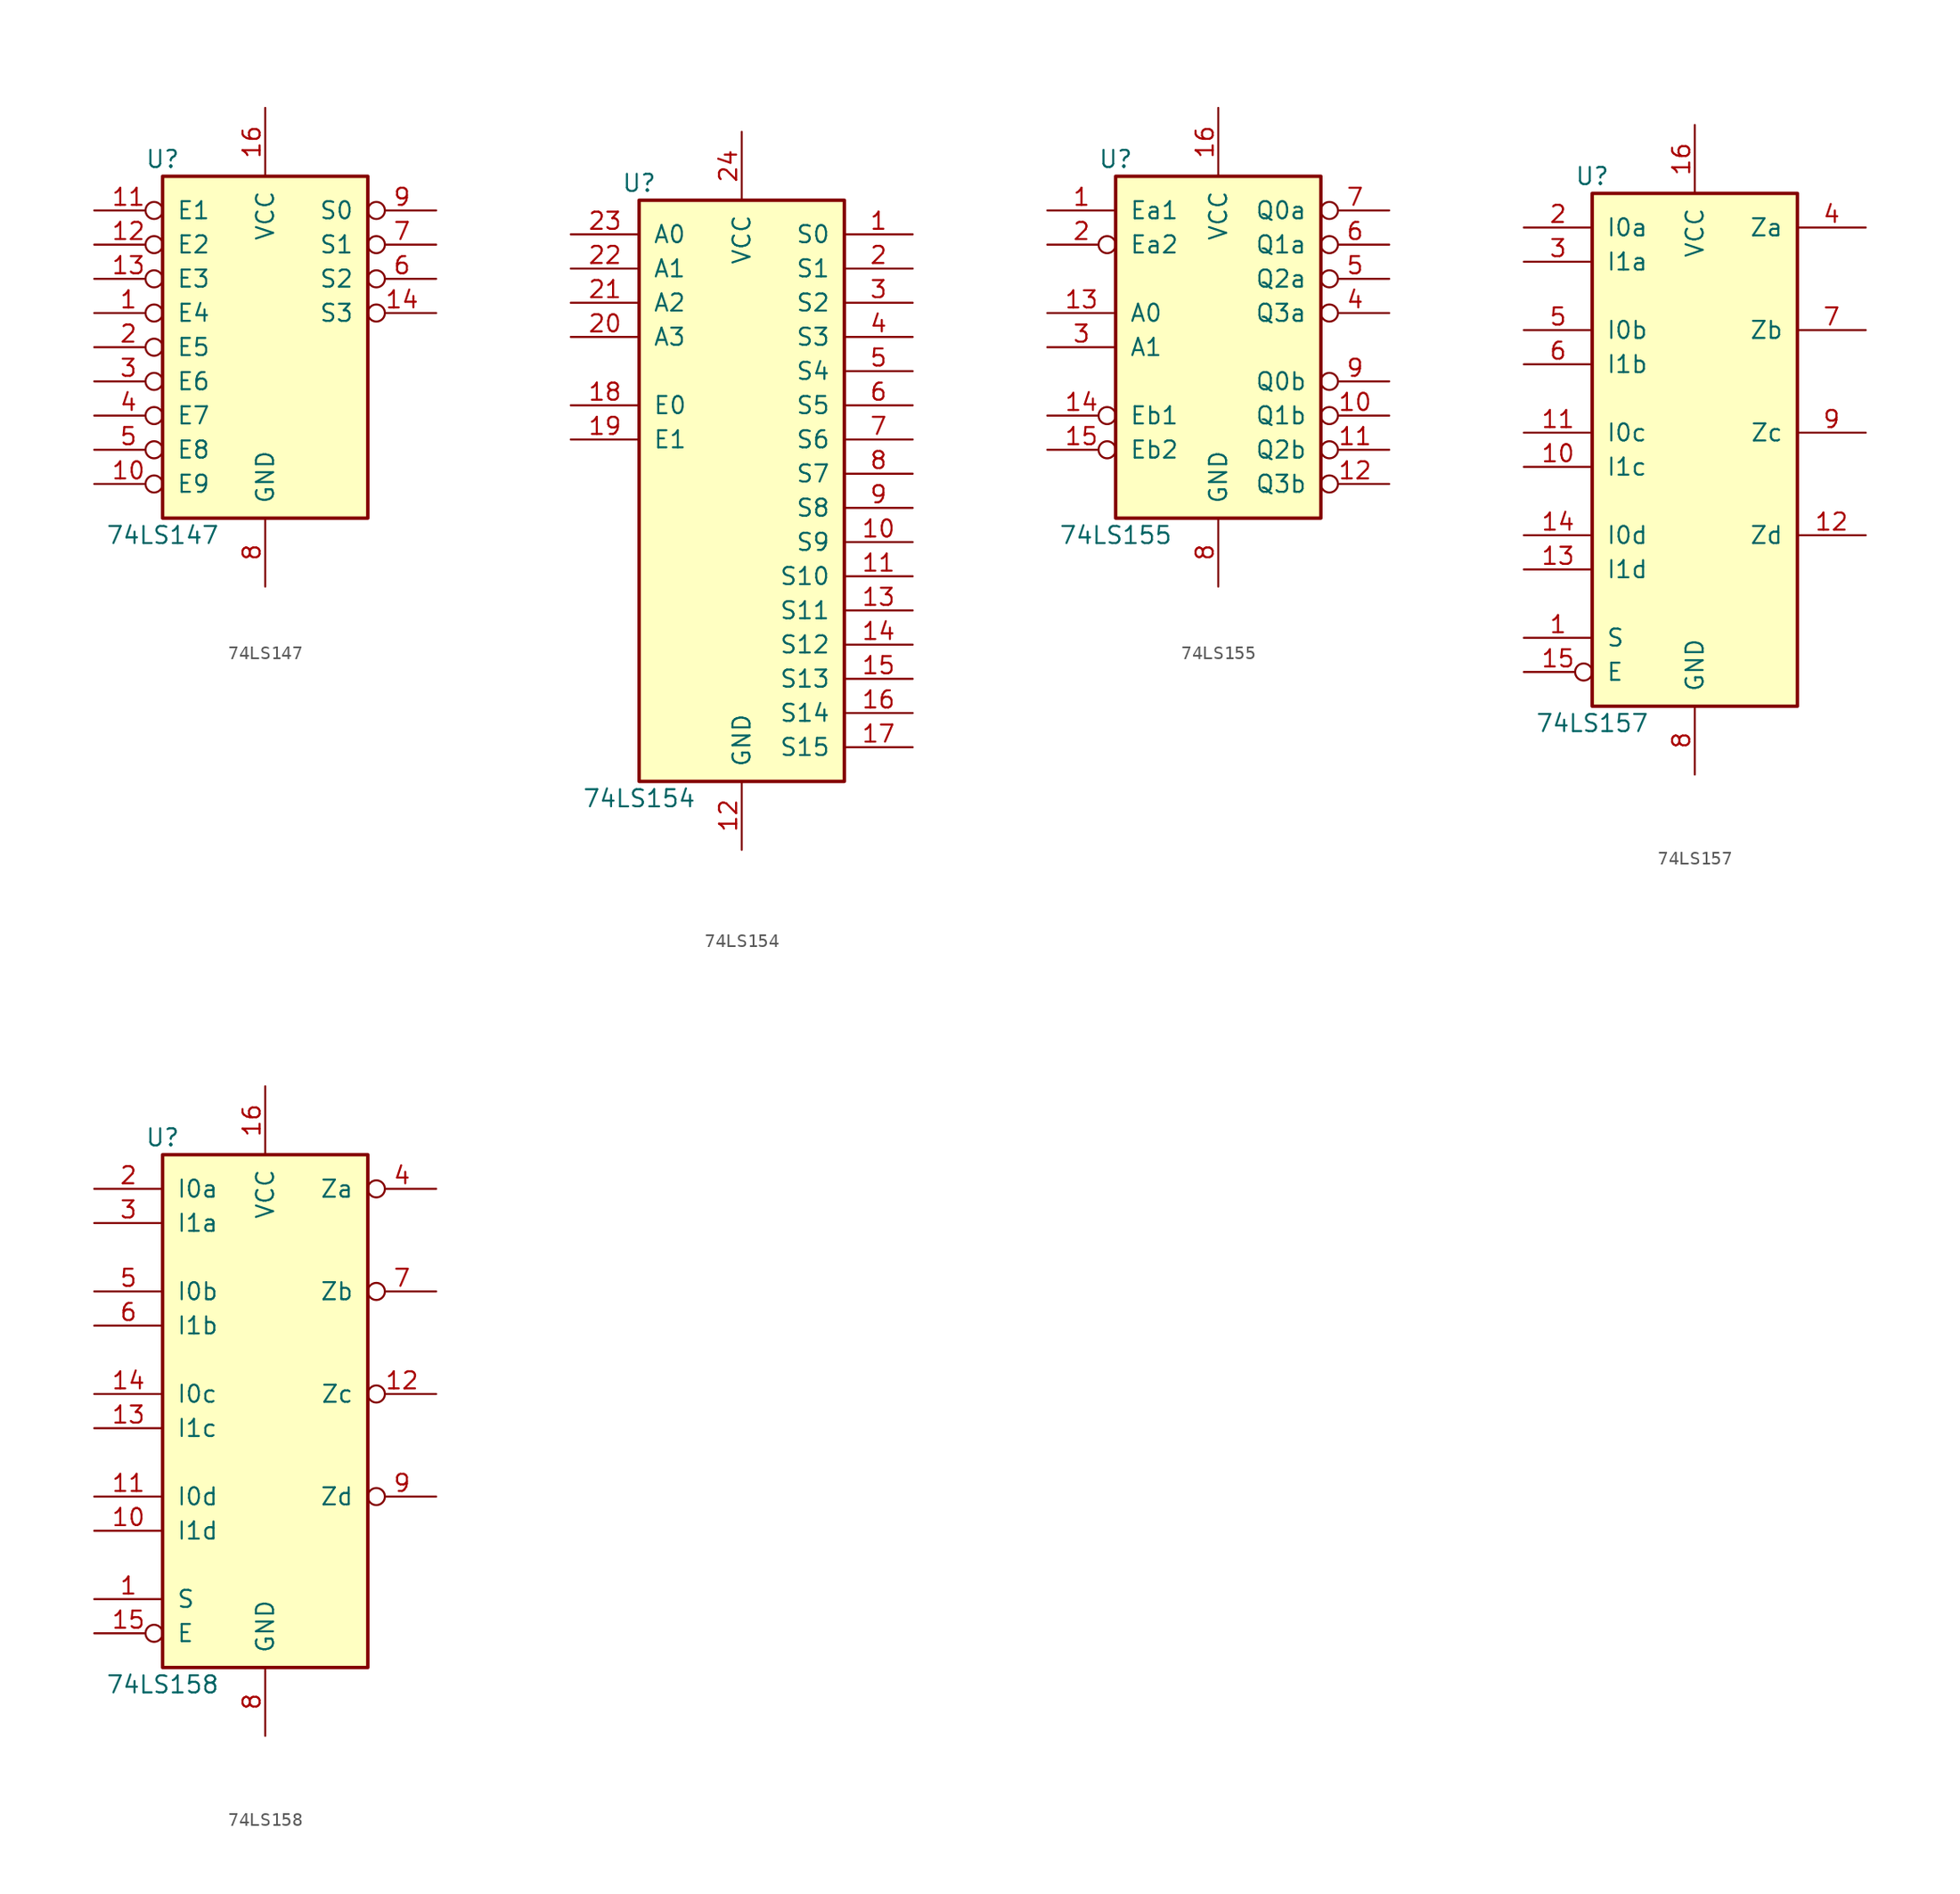
<source format=kicad_sym>
(kicad_symbol_lib
  (version 20241209)
  (generator "kicad_symbol_editor")
  (generator_version "9.0")
  (symbol "74LS147"
    (pin_names
      (offset 1.016))
    (property "Reference" "U"
      (at -7.62 13.97 0)
      (effects (font (size 1.27 1.27))))
    (property "Value" "74LS147"
      (at -7.62 -13.97 0)
      (effects (font (size 1.27 1.27))))
    (property "ki_locked" ""
      (at 0 0 0)
      (effects (font (size 1.27 1.27))))
    (symbol "74LS147_1_0"
      (pin input inverted (at -12.7 10.16 0) (length 5.08) (name "E1" (effects (font (size 1.27 1.27)))) (number "11" (effects (font (size 1.27 1.27)))))
      (pin input inverted (at -12.7 7.62 0) (length 5.08) (name "E2" (effects (font (size 1.27 1.27)))) (number "12" (effects (font (size 1.27 1.27)))))
      (pin input inverted (at -12.7 5.08 0) (length 5.08) (name "E3" (effects (font (size 1.27 1.27)))) (number "13" (effects (font (size 1.27 1.27)))))
      (pin input inverted (at -12.7 2.54 0) (length 5.08) (name "E4" (effects (font (size 1.27 1.27)))) (number "1" (effects (font (size 1.27 1.27)))))
      (pin input inverted (at -12.7 0 0) (length 5.08) (name "E5" (effects (font (size 1.27 1.27)))) (number "2" (effects (font (size 1.27 1.27)))))
      (pin input inverted (at -12.7 -2.54 0) (length 5.08) (name "E6" (effects (font (size 1.27 1.27)))) (number "3" (effects (font (size 1.27 1.27)))))
      (pin input inverted (at -12.7 -5.08 0) (length 5.08) (name "E7" (effects (font (size 1.27 1.27)))) (number "4" (effects (font (size 1.27 1.27)))))
      (pin input inverted (at -12.7 -7.62 0) (length 5.08) (name "E8" (effects (font (size 1.27 1.27)))) (number "5" (effects (font (size 1.27 1.27)))))
      (pin input inverted (at -12.7 -10.16 0) (length 5.08) (name "E9" (effects (font (size 1.27 1.27)))) (number "10" (effects (font (size 1.27 1.27)))))
      (pin power_in line (at 0 17.78 270) (length 5.08) (name "VCC" (effects (font (size 1.27 1.27)))) (number "16" (effects (font (size 1.27 1.27)))))
      (pin power_in line (at 0 -17.78 90) (length 5.08) (name "GND" (effects (font (size 1.27 1.27)))) (number "8" (effects (font (size 1.27 1.27)))))
      (pin output inverted (at 12.7 10.16 180) (length 5.08) (name "S0" (effects (font (size 1.27 1.27)))) (number "9" (effects (font (size 1.27 1.27)))))
      (pin output inverted (at 12.7 7.62 180) (length 5.08) (name "S1" (effects (font (size 1.27 1.27)))) (number "7" (effects (font (size 1.27 1.27)))))
      (pin output inverted (at 12.7 5.08 180) (length 5.08) (name "S2" (effects (font (size 1.27 1.27)))) (number "6" (effects (font (size 1.27 1.27)))))
      (pin output inverted (at 12.7 2.54 180) (length 5.08) (name "S3" (effects (font (size 1.27 1.27)))) (number "14" (effects (font (size 1.27 1.27))))))
    (symbol "74LS147_1_1"
      (rectangle (start -7.62 12.7) (end 7.62 -12.7) (stroke (width 0.254) (type solid)) (fill (type background)))))
  (symbol "74LS154"
    (pin_names
      (offset 1.016))
    (property "Reference" "U"
      (at -7.62 21.59 0)
      (effects (font (size 1.27 1.27))))
    (property "Value" "74LS154"
      (at -7.62 -24.13 0)
      (effects (font (size 1.27 1.27))))
    (property "ki_locked" ""
      (at 0 0 0)
      (effects (font (size 1.27 1.27))))
    (symbol "74LS154_1_0"
      (pin input line (at -12.7 17.78 0) (length 5.08) (name "A0" (effects (font (size 1.27 1.27)))) (number "23" (effects (font (size 1.27 1.27)))))
      (pin input line (at -12.7 15.24 0) (length 5.08) (name "A1" (effects (font (size 1.27 1.27)))) (number "22" (effects (font (size 1.27 1.27)))))
      (pin input line (at -12.7 12.7 0) (length 5.08) (name "A2" (effects (font (size 1.27 1.27)))) (number "21" (effects (font (size 1.27 1.27)))))
      (pin input line (at -12.7 10.16 0) (length 5.08) (name "A3" (effects (font (size 1.27 1.27)))) (number "20" (effects (font (size 1.27 1.27)))))
      (pin input line (at -12.7 5.08 0) (length 5.08) (name "E0" (effects (font (size 1.27 1.27)))) (number "18" (effects (font (size 1.27 1.27)))))
      (pin input line (at -12.7 2.54 0) (length 5.08) (name "E1" (effects (font (size 1.27 1.27)))) (number "19" (effects (font (size 1.27 1.27)))))
      (pin power_in line (at 0 25.4 270) (length 5.08) (name "VCC" (effects (font (size 1.27 1.27)))) (number "24" (effects (font (size 1.27 1.27)))))
      (pin power_in line (at 0 -27.94 90) (length 5.08) (name "GND" (effects (font (size 1.27 1.27)))) (number "12" (effects (font (size 1.27 1.27)))))
      (pin output line (at 12.7 17.78 180) (length 5.08) (name "S0" (effects (font (size 1.27 1.27)))) (number "1" (effects (font (size 1.27 1.27)))))
      (pin output line (at 12.7 15.24 180) (length 5.08) (name "S1" (effects (font (size 1.27 1.27)))) (number "2" (effects (font (size 1.27 1.27)))))
      (pin output line (at 12.7 12.7 180) (length 5.08) (name "S2" (effects (font (size 1.27 1.27)))) (number "3" (effects (font (size 1.27 1.27)))))
      (pin output line (at 12.7 10.16 180) (length 5.08) (name "S3" (effects (font (size 1.27 1.27)))) (number "4" (effects (font (size 1.27 1.27)))))
      (pin output line (at 12.7 7.62 180) (length 5.08) (name "S4" (effects (font (size 1.27 1.27)))) (number "5" (effects (font (size 1.27 1.27)))))
      (pin output line (at 12.7 5.08 180) (length 5.08) (name "S5" (effects (font (size 1.27 1.27)))) (number "6" (effects (font (size 1.27 1.27)))))
      (pin output line (at 12.7 2.54 180) (length 5.08) (name "S6" (effects (font (size 1.27 1.27)))) (number "7" (effects (font (size 1.27 1.27)))))
      (pin output line (at 12.7 0 180) (length 5.08) (name "S7" (effects (font (size 1.27 1.27)))) (number "8" (effects (font (size 1.27 1.27)))))
      (pin output line (at 12.7 -2.54 180) (length 5.08) (name "S8" (effects (font (size 1.27 1.27)))) (number "9" (effects (font (size 1.27 1.27)))))
      (pin output line (at 12.7 -5.08 180) (length 5.08) (name "S9" (effects (font (size 1.27 1.27)))) (number "10" (effects (font (size 1.27 1.27)))))
      (pin output line (at 12.7 -7.62 180) (length 5.08) (name "S10" (effects (font (size 1.27 1.27)))) (number "11" (effects (font (size 1.27 1.27)))))
      (pin output line (at 12.7 -10.16 180) (length 5.08) (name "S11" (effects (font (size 1.27 1.27)))) (number "13" (effects (font (size 1.27 1.27)))))
      (pin output line (at 12.7 -12.7 180) (length 5.08) (name "S12" (effects (font (size 1.27 1.27)))) (number "14" (effects (font (size 1.27 1.27)))))
      (pin output line (at 12.7 -15.24 180) (length 5.08) (name "S13" (effects (font (size 1.27 1.27)))) (number "15" (effects (font (size 1.27 1.27)))))
      (pin output line (at 12.7 -17.78 180) (length 5.08) (name "S14" (effects (font (size 1.27 1.27)))) (number "16" (effects (font (size 1.27 1.27)))))
      (pin output line (at 12.7 -20.32 180) (length 5.08) (name "S15" (effects (font (size 1.27 1.27)))) (number "17" (effects (font (size 1.27 1.27))))))
    (symbol "74LS154_1_1"
      (rectangle (start -7.62 20.32) (end 7.62 -22.86) (stroke (width 0.254) (type solid)) (fill (type background)))))
  (symbol "74LS155"
    (pin_names
      (offset 1.016))
    (property "Reference" "U"
      (at -7.62 13.97 0)
      (effects (font (size 1.27 1.27))))
    (property "Value" "74LS155"
      (at -7.62 -13.97 0)
      (effects (font (size 1.27 1.27))))
    (property "ki_locked" ""
      (at 0 0 0)
      (effects (font (size 1.27 1.27))))
    (symbol "74LS155_1_0"
      (pin input line (at -12.7 10.16 0) (length 5.08) (name "Ea1" (effects (font (size 1.27 1.27)))) (number "1" (effects (font (size 1.27 1.27)))))
      (pin input inverted (at -12.7 7.62 0) (length 5.08) (name "Ea2" (effects (font (size 1.27 1.27)))) (number "2" (effects (font (size 1.27 1.27)))))
      (pin input line (at -12.7 2.54 0) (length 5.08) (name "A0" (effects (font (size 1.27 1.27)))) (number "13" (effects (font (size 1.27 1.27)))))
      (pin input line (at -12.7 0 0) (length 5.08) (name "A1" (effects (font (size 1.27 1.27)))) (number "3" (effects (font (size 1.27 1.27)))))
      (pin input inverted (at -12.7 -5.08 0) (length 5.08) (name "Eb1" (effects (font (size 1.27 1.27)))) (number "14" (effects (font (size 1.27 1.27)))))
      (pin input inverted (at -12.7 -7.62 0) (length 5.08) (name "Eb2" (effects (font (size 1.27 1.27)))) (number "15" (effects (font (size 1.27 1.27)))))
      (pin power_in line (at 0 17.78 270) (length 5.08) (name "VCC" (effects (font (size 1.27 1.27)))) (number "16" (effects (font (size 1.27 1.27)))))
      (pin power_in line (at 0 -17.78 90) (length 5.08) (name "GND" (effects (font (size 1.27 1.27)))) (number "8" (effects (font (size 1.27 1.27)))))
      (pin output inverted (at 12.7 10.16 180) (length 5.08) (name "Q0a" (effects (font (size 1.27 1.27)))) (number "7" (effects (font (size 1.27 1.27)))))
      (pin output inverted (at 12.7 7.62 180) (length 5.08) (name "Q1a" (effects (font (size 1.27 1.27)))) (number "6" (effects (font (size 1.27 1.27)))))
      (pin output inverted (at 12.7 5.08 180) (length 5.08) (name "Q2a" (effects (font (size 1.27 1.27)))) (number "5" (effects (font (size 1.27 1.27)))))
      (pin output inverted (at 12.7 2.54 180) (length 5.08) (name "Q3a" (effects (font (size 1.27 1.27)))) (number "4" (effects (font (size 1.27 1.27)))))
      (pin output inverted (at 12.7 -2.54 180) (length 5.08) (name "Q0b" (effects (font (size 1.27 1.27)))) (number "9" (effects (font (size 1.27 1.27)))))
      (pin output inverted (at 12.7 -5.08 180) (length 5.08) (name "Q1b" (effects (font (size 1.27 1.27)))) (number "10" (effects (font (size 1.27 1.27)))))
      (pin output inverted (at 12.7 -7.62 180) (length 5.08) (name "Q2b" (effects (font (size 1.27 1.27)))) (number "11" (effects (font (size 1.27 1.27)))))
      (pin output inverted (at 12.7 -10.16 180) (length 5.08) (name "Q3b" (effects (font (size 1.27 1.27)))) (number "12" (effects (font (size 1.27 1.27))))))
    (symbol "74LS155_1_1"
      (rectangle (start -7.62 12.7) (end 7.62 -12.7) (stroke (width 0.254) (type solid)) (fill (type background)))))
  (symbol "74LS157"
    (pin_names
      (offset 1.016))
    (property "Reference" "U"
      (at -7.62 19.05 0)
      (effects (font (size 1.27 1.27))))
    (property "Value" "74LS157"
      (at -7.62 -21.59 0)
      (effects (font (size 1.27 1.27))))
    (property "ki_locked" ""
      (at 0 0 0)
      (effects (font (size 1.27 1.27))))
    (symbol "74LS157_1_0"
      (pin input line (at -12.7 15.24 0) (length 5.08) (name "I0a" (effects (font (size 1.27 1.27)))) (number "2" (effects (font (size 1.27 1.27)))))
      (pin input line (at -12.7 12.7 0) (length 5.08) (name "I1a" (effects (font (size 1.27 1.27)))) (number "3" (effects (font (size 1.27 1.27)))))
      (pin input line (at -12.7 7.62 0) (length 5.08) (name "I0b" (effects (font (size 1.27 1.27)))) (number "5" (effects (font (size 1.27 1.27)))))
      (pin input line (at -12.7 5.08 0) (length 5.08) (name "I1b" (effects (font (size 1.27 1.27)))) (number "6" (effects (font (size 1.27 1.27)))))
      (pin input line (at -12.7 0 0) (length 5.08) (name "I0c" (effects (font (size 1.27 1.27)))) (number "11" (effects (font (size 1.27 1.27)))))
      (pin input line (at -12.7 -2.54 0) (length 5.08) (name "I1c" (effects (font (size 1.27 1.27)))) (number "10" (effects (font (size 1.27 1.27)))))
      (pin input line (at -12.7 -7.62 0) (length 5.08) (name "I0d" (effects (font (size 1.27 1.27)))) (number "14" (effects (font (size 1.27 1.27)))))
      (pin input line (at -12.7 -10.16 0) (length 5.08) (name "I1d" (effects (font (size 1.27 1.27)))) (number "13" (effects (font (size 1.27 1.27)))))
      (pin input line (at -12.7 -15.24 0) (length 5.08) (name "S" (effects (font (size 1.27 1.27)))) (number "1" (effects (font (size 1.27 1.27)))))
      (pin input inverted (at -12.7 -17.78 0) (length 5.08) (name "E" (effects (font (size 1.27 1.27)))) (number "15" (effects (font (size 1.27 1.27)))))
      (pin power_in line (at 0 22.86 270) (length 5.08) (name "VCC" (effects (font (size 1.27 1.27)))) (number "16" (effects (font (size 1.27 1.27)))))
      (pin power_in line (at 0 -25.4 90) (length 5.08) (name "GND" (effects (font (size 1.27 1.27)))) (number "8" (effects (font (size 1.27 1.27)))))
      (pin output line (at 12.7 15.24 180) (length 5.08) (name "Za" (effects (font (size 1.27 1.27)))) (number "4" (effects (font (size 1.27 1.27)))))
      (pin output line (at 12.7 7.62 180) (length 5.08) (name "Zb" (effects (font (size 1.27 1.27)))) (number "7" (effects (font (size 1.27 1.27)))))
      (pin output line (at 12.7 0 180) (length 5.08) (name "Zc" (effects (font (size 1.27 1.27)))) (number "9" (effects (font (size 1.27 1.27)))))
      (pin output line (at 12.7 -7.62 180) (length 5.08) (name "Zd" (effects (font (size 1.27 1.27)))) (number "12" (effects (font (size 1.27 1.27))))))
    (symbol "74LS157_1_1"
      (rectangle (start -7.62 17.78) (end 7.62 -20.32) (stroke (width 0.254) (type solid)) (fill (type background)))))
  (symbol "74LS158"
    (pin_names
      (offset 1.016))
    (property "Reference" "U"
      (at -7.62 19.05 0)
      (effects (font (size 1.27 1.27))))
    (property "Value" "74LS158"
      (at -7.62 -21.59 0)
      (effects (font (size 1.27 1.27))))
    (property "ki_locked" ""
      (at 0 0 0)
      (effects (font (size 1.27 1.27))))
    (symbol "74LS158_1_0"
      (pin input line (at -12.7 15.24 0) (length 5.08) (name "I0a" (effects (font (size 1.27 1.27)))) (number "2" (effects (font (size 1.27 1.27)))))
      (pin input line (at -12.7 12.7 0) (length 5.08) (name "I1a" (effects (font (size 1.27 1.27)))) (number "3" (effects (font (size 1.27 1.27)))))
      (pin input line (at -12.7 7.62 0) (length 5.08) (name "I0b" (effects (font (size 1.27 1.27)))) (number "5" (effects (font (size 1.27 1.27)))))
      (pin input line (at -12.7 5.08 0) (length 5.08) (name "I1b" (effects (font (size 1.27 1.27)))) (number "6" (effects (font (size 1.27 1.27)))))
      (pin input line (at -12.7 0 0) (length 5.08) (name "I0c" (effects (font (size 1.27 1.27)))) (number "14" (effects (font (size 1.27 1.27)))))
      (pin input line (at -12.7 -2.54 0) (length 5.08) (name "I1c" (effects (font (size 1.27 1.27)))) (number "13" (effects (font (size 1.27 1.27)))))
      (pin input line (at -12.7 -7.62 0) (length 5.08) (name "I0d" (effects (font (size 1.27 1.27)))) (number "11" (effects (font (size 1.27 1.27)))))
      (pin input line (at -12.7 -10.16 0) (length 5.08) (name "I1d" (effects (font (size 1.27 1.27)))) (number "10" (effects (font (size 1.27 1.27)))))
      (pin input line (at -12.7 -15.24 0) (length 5.08) (name "S" (effects (font (size 1.27 1.27)))) (number "1" (effects (font (size 1.27 1.27)))))
      (pin input inverted (at -12.7 -17.78 0) (length 5.08) (name "E" (effects (font (size 1.27 1.27)))) (number "15" (effects (font (size 1.27 1.27)))))
      (pin power_in line (at 0 22.86 270) (length 5.08) (name "VCC" (effects (font (size 1.27 1.27)))) (number "16" (effects (font (size 1.27 1.27)))))
      (pin power_in line (at 0 -25.4 90) (length 5.08) (name "GND" (effects (font (size 1.27 1.27)))) (number "8" (effects (font (size 1.27 1.27)))))
      (pin output inverted (at 12.7 15.24 180) (length 5.08) (name "Za" (effects (font (size 1.27 1.27)))) (number "4" (effects (font (size 1.27 1.27)))))
      (pin output inverted (at 12.7 7.62 180) (length 5.08) (name "Zb" (effects (font (size 1.27 1.27)))) (number "7" (effects (font (size 1.27 1.27)))))
      (pin output inverted (at 12.7 0 180) (length 5.08) (name "Zc" (effects (font (size 1.27 1.27)))) (number "12" (effects (font (size 1.27 1.27)))))
      (pin output inverted (at 12.7 -7.62 180) (length 5.08) (name "Zd" (effects (font (size 1.27 1.27)))) (number "9" (effects (font (size 1.27 1.27))))))
    (symbol "74LS158_1_1"
      (rectangle (start -7.62 17.78) (end 7.62 -20.32) (stroke (width 0.254) (type solid)) (fill (type background))))))
</source>
